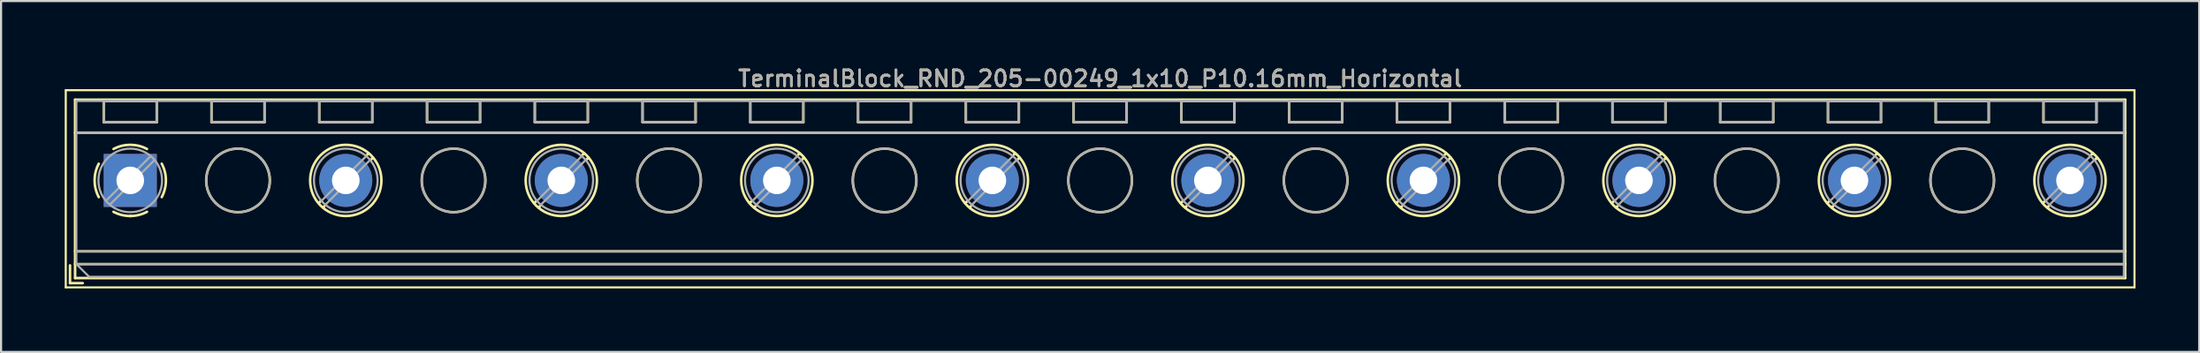
<source format=kicad_pcb>
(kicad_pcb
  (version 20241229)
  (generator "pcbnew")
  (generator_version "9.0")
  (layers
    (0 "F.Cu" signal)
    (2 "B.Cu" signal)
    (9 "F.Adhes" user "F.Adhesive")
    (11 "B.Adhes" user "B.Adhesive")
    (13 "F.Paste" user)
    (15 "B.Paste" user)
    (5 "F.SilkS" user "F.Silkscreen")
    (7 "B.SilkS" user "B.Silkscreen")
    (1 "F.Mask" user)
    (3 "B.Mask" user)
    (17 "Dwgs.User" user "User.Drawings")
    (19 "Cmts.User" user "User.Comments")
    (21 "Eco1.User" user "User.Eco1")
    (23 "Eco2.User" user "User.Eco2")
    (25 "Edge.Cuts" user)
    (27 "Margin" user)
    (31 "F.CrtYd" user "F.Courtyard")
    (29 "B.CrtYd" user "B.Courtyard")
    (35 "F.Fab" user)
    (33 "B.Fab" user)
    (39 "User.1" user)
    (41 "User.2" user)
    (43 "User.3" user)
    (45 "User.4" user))
  (footprint "TerminalBlock_RND_205-00249_1x10_P10.16mm_Horizontal"
    (layer "F.Cu")
    (at 3.09 5.468)
    (property "Reference" "TerminalBlock_RND_205-00249_1x10_P10.16mm_Horizontal" (at 45.72 -4.81 0) (layer "F.SilkS") (effects (font (size 0.75 0.75) (thickness 0.125))))
    (attr through_hole)
    (fp_line (start -3.04 -4.26) (end -3.04 5.05) (stroke (width 0.1) (type solid)) (layer "F.SilkS"))
    (fp_line (start -3.04 5.05) (end 94.48 5.05) (stroke (width 0.1) (type solid)) (layer "F.SilkS"))
    (fp_line (start -2.84 4.01) (end -2.84 4.85) (stroke (width 0.12) (type solid)) (layer "F.SilkS"))
    (fp_line (start -2.84 4.85) (end -2.24 4.85) (stroke (width 0.12) (type solid)) (layer "F.SilkS"))
    (fp_line (start -2.6 -3.811) (end -2.6 4.61) (stroke (width 0.12) (type solid)) (layer "F.SilkS"))
    (fp_line (start -2.6 -3.811) (end 94.04 -3.811) (stroke (width 0.12) (type solid)) (layer "F.SilkS"))
    (fp_line (start -2.6 -2.251) (end 94.04 -2.251) (stroke (width 0.12) (type solid)) (layer "F.SilkS"))
    (fp_line (start -2.6 3.35) (end 94.04 3.35) (stroke (width 0.12) (type solid)) (layer "F.SilkS"))
    (fp_line (start -2.6 3.95) (end 94.04 3.95) (stroke (width 0.12) (type solid)) (layer "F.SilkS"))
    (fp_line (start -2.6 4.61) (end 94.04 4.61) (stroke (width 0.12) (type solid)) (layer "F.SilkS"))
    (fp_line (start -1.25 -3.751) (end -1.25 -2.751) (stroke (width 0.12) (type solid)) (layer "F.SilkS"))
    (fp_line (start -1.25 -3.751) (end 1.25 -3.751) (stroke (width 0.12) (type solid)) (layer "F.SilkS"))
    (fp_line (start -1.25 -2.751) (end 1.25 -2.751) (stroke (width 0.12) (type solid)) (layer "F.SilkS"))
    (fp_line (start 1.25 -3.751) (end 1.25 -2.751) (stroke (width 0.12) (type solid)) (layer "F.SilkS"))
    (fp_line (start 3.83 -3.751) (end 3.83 -2.751) (stroke (width 0.12) (type solid)) (layer "F.SilkS"))
    (fp_line (start 3.83 -3.751) (end 6.33 -3.751) (stroke (width 0.12) (type solid)) (layer "F.SilkS"))
    (fp_line (start 3.83 -2.751) (end 6.33 -2.751) (stroke (width 0.12) (type solid)) (layer "F.SilkS"))
    (fp_line (start 6.33 -3.751) (end 6.33 -2.751) (stroke (width 0.12) (type solid)) (layer "F.SilkS"))
    (fp_line (start 8.91 -3.751) (end 8.91 -2.751) (stroke (width 0.12) (type solid)) (layer "F.SilkS"))
    (fp_line (start 8.91 -3.751) (end 11.41 -3.751) (stroke (width 0.12) (type solid)) (layer "F.SilkS"))
    (fp_line (start 8.91 -2.751) (end 11.41 -2.751) (stroke (width 0.12) (type solid)) (layer "F.SilkS"))
    (fp_line (start 8.98 0.976) (end 8.886 1.069) (stroke (width 0.12) (type solid)) (layer "F.SilkS"))
    (fp_line (start 9.15 1.216) (end 9.091 1.274) (stroke (width 0.12) (type solid)) (layer "F.SilkS"))
    (fp_line (start 11.23 -1.275) (end 11.171 -1.216) (stroke (width 0.12) (type solid)) (layer "F.SilkS"))
    (fp_line (start 11.41 -3.751) (end 11.41 -2.751) (stroke (width 0.12) (type solid)) (layer "F.SilkS"))
    (fp_line (start 11.435 -1.069) (end 11.341 -0.976) (stroke (width 0.12) (type solid)) (layer "F.SilkS"))
    (fp_line (start 13.99 -3.751) (end 13.99 -2.751) (stroke (width 0.12) (type solid)) (layer "F.SilkS"))
    (fp_line (start 13.99 -3.751) (end 16.49 -3.751) (stroke (width 0.12) (type solid)) (layer "F.SilkS"))
    (fp_line (start 13.99 -2.751) (end 16.49 -2.751) (stroke (width 0.12) (type solid)) (layer "F.SilkS"))
    (fp_line (start 16.49 -3.751) (end 16.49 -2.751) (stroke (width 0.12) (type solid)) (layer "F.SilkS"))
    (fp_line (start 19.07 -3.751) (end 19.07 -2.751) (stroke (width 0.12) (type solid)) (layer "F.SilkS"))
    (fp_line (start 19.07 -3.751) (end 21.57 -3.751) (stroke (width 0.12) (type solid)) (layer "F.SilkS"))
    (fp_line (start 19.07 -2.751) (end 21.57 -2.751) (stroke (width 0.12) (type solid)) (layer "F.SilkS"))
    (fp_line (start 19.14 0.976) (end 19.046 1.069) (stroke (width 0.12) (type solid)) (layer "F.SilkS"))
    (fp_line (start 19.31 1.216) (end 19.251 1.274) (stroke (width 0.12) (type solid)) (layer "F.SilkS"))
    (fp_line (start 21.39 -1.275) (end 21.331 -1.216) (stroke (width 0.12) (type solid)) (layer "F.SilkS"))
    (fp_line (start 21.57 -3.751) (end 21.57 -2.751) (stroke (width 0.12) (type solid)) (layer "F.SilkS"))
    (fp_line (start 21.595 -1.069) (end 21.501 -0.976) (stroke (width 0.12) (type solid)) (layer "F.SilkS"))
    (fp_line (start 24.15 -3.751) (end 24.15 -2.751) (stroke (width 0.12) (type solid)) (layer "F.SilkS"))
    (fp_line (start 24.15 -3.751) (end 26.65 -3.751) (stroke (width 0.12) (type solid)) (layer "F.SilkS"))
    (fp_line (start 24.15 -2.751) (end 26.65 -2.751) (stroke (width 0.12) (type solid)) (layer "F.SilkS"))
    (fp_line (start 26.65 -3.751) (end 26.65 -2.751) (stroke (width 0.12) (type solid)) (layer "F.SilkS"))
    (fp_line (start 29.23 -3.751) (end 29.23 -2.751) (stroke (width 0.12) (type solid)) (layer "F.SilkS"))
    (fp_line (start 29.23 -3.751) (end 31.73 -3.751) (stroke (width 0.12) (type solid)) (layer "F.SilkS"))
    (fp_line (start 29.23 -2.751) (end 31.73 -2.751) (stroke (width 0.12) (type solid)) (layer "F.SilkS"))
    (fp_line (start 29.3 0.976) (end 29.206 1.069) (stroke (width 0.12) (type solid)) (layer "F.SilkS"))
    (fp_line (start 29.47 1.216) (end 29.411 1.274) (stroke (width 0.12) (type solid)) (layer "F.SilkS"))
    (fp_line (start 31.55 -1.275) (end 31.491 -1.216) (stroke (width 0.12) (type solid)) (layer "F.SilkS"))
    (fp_line (start 31.73 -3.751) (end 31.73 -2.751) (stroke (width 0.12) (type solid)) (layer "F.SilkS"))
    (fp_line (start 31.755 -1.069) (end 31.661 -0.976) (stroke (width 0.12) (type solid)) (layer "F.SilkS"))
    (fp_line (start 34.31 -3.751) (end 34.31 -2.751) (stroke (width 0.12) (type solid)) (layer "F.SilkS"))
    (fp_line (start 34.31 -3.751) (end 36.81 -3.751) (stroke (width 0.12) (type solid)) (layer "F.SilkS"))
    (fp_line (start 34.31 -2.751) (end 36.81 -2.751) (stroke (width 0.12) (type solid)) (layer "F.SilkS"))
    (fp_line (start 36.81 -3.751) (end 36.81 -2.751) (stroke (width 0.12) (type solid)) (layer "F.SilkS"))
    (fp_line (start 39.39 -3.751) (end 39.39 -2.751) (stroke (width 0.12) (type solid)) (layer "F.SilkS"))
    (fp_line (start 39.39 -3.751) (end 41.89 -3.751) (stroke (width 0.12) (type solid)) (layer "F.SilkS"))
    (fp_line (start 39.39 -2.751) (end 41.89 -2.751) (stroke (width 0.12) (type solid)) (layer "F.SilkS"))
    (fp_line (start 39.46 0.976) (end 39.366 1.069) (stroke (width 0.12) (type solid)) (layer "F.SilkS"))
    (fp_line (start 39.63 1.216) (end 39.571 1.274) (stroke (width 0.12) (type solid)) (layer "F.SilkS"))
    (fp_line (start 41.71 -1.275) (end 41.651 -1.216) (stroke (width 0.12) (type solid)) (layer "F.SilkS"))
    (fp_line (start 41.89 -3.751) (end 41.89 -2.751) (stroke (width 0.12) (type solid)) (layer "F.SilkS"))
    (fp_line (start 41.915 -1.069) (end 41.821 -0.976) (stroke (width 0.12) (type solid)) (layer "F.SilkS"))
    (fp_line (start 44.47 -3.751) (end 44.47 -2.751) (stroke (width 0.12) (type solid)) (layer "F.SilkS"))
    (fp_line (start 44.47 -3.751) (end 46.97 -3.751) (stroke (width 0.12) (type solid)) (layer "F.SilkS"))
    (fp_line (start 44.47 -2.751) (end 46.97 -2.751) (stroke (width 0.12) (type solid)) (layer "F.SilkS"))
    (fp_line (start 46.97 -3.751) (end 46.97 -2.751) (stroke (width 0.12) (type solid)) (layer "F.SilkS"))
    (fp_line (start 49.55 -3.751) (end 49.55 -2.751) (stroke (width 0.12) (type solid)) (layer "F.SilkS"))
    (fp_line (start 49.55 -3.751) (end 52.05 -3.751) (stroke (width 0.12) (type solid)) (layer "F.SilkS"))
    (fp_line (start 49.55 -2.751) (end 52.05 -2.751) (stroke (width 0.12) (type solid)) (layer "F.SilkS"))
    (fp_line (start 49.62 0.976) (end 49.526 1.069) (stroke (width 0.12) (type solid)) (layer "F.SilkS"))
    (fp_line (start 49.79 1.216) (end 49.731 1.274) (stroke (width 0.12) (type solid)) (layer "F.SilkS"))
    (fp_line (start 51.87 -1.275) (end 51.811 -1.216) (stroke (width 0.12) (type solid)) (layer "F.SilkS"))
    (fp_line (start 52.05 -3.751) (end 52.05 -2.751) (stroke (width 0.12) (type solid)) (layer "F.SilkS"))
    (fp_line (start 52.075 -1.069) (end 51.981 -0.976) (stroke (width 0.12) (type solid)) (layer "F.SilkS"))
    (fp_line (start 54.63 -3.751) (end 54.63 -2.751) (stroke (width 0.12) (type solid)) (layer "F.SilkS"))
    (fp_line (start 54.63 -3.751) (end 57.13 -3.751) (stroke (width 0.12) (type solid)) (layer "F.SilkS"))
    (fp_line (start 54.63 -2.751) (end 57.13 -2.751) (stroke (width 0.12) (type solid)) (layer "F.SilkS"))
    (fp_line (start 57.13 -3.751) (end 57.13 -2.751) (stroke (width 0.12) (type solid)) (layer "F.SilkS"))
    (fp_line (start 59.71 -3.751) (end 59.71 -2.751) (stroke (width 0.12) (type solid)) (layer "F.SilkS"))
    (fp_line (start 59.71 -3.751) (end 62.21 -3.751) (stroke (width 0.12) (type solid)) (layer "F.SilkS"))
    (fp_line (start 59.71 -2.751) (end 62.21 -2.751) (stroke (width 0.12) (type solid)) (layer "F.SilkS"))
    (fp_line (start 59.78 0.976) (end 59.686 1.069) (stroke (width 0.12) (type solid)) (layer "F.SilkS"))
    (fp_line (start 59.95 1.216) (end 59.891 1.274) (stroke (width 0.12) (type solid)) (layer "F.SilkS"))
    (fp_line (start 62.03 -1.275) (end 61.971 -1.216) (stroke (width 0.12) (type solid)) (layer "F.SilkS"))
    (fp_line (start 62.21 -3.751) (end 62.21 -2.751) (stroke (width 0.12) (type solid)) (layer "F.SilkS"))
    (fp_line (start 62.235 -1.069) (end 62.141 -0.976) (stroke (width 0.12) (type solid)) (layer "F.SilkS"))
    (fp_line (start 64.791 -3.751) (end 64.791 -2.751) (stroke (width 0.12) (type solid)) (layer "F.SilkS"))
    (fp_line (start 64.791 -3.751) (end 67.29 -3.751) (stroke (width 0.12) (type solid)) (layer "F.SilkS"))
    (fp_line (start 64.791 -2.751) (end 67.29 -2.751) (stroke (width 0.12) (type solid)) (layer "F.SilkS"))
    (fp_line (start 67.29 -3.751) (end 67.29 -2.751) (stroke (width 0.12) (type solid)) (layer "F.SilkS"))
    (fp_line (start 69.87 -3.751) (end 69.87 -2.751) (stroke (width 0.12) (type solid)) (layer "F.SilkS"))
    (fp_line (start 69.87 -3.751) (end 72.37 -3.751) (stroke (width 0.12) (type solid)) (layer "F.SilkS"))
    (fp_line (start 69.87 -2.751) (end 72.37 -2.751) (stroke (width 0.12) (type solid)) (layer "F.SilkS"))
    (fp_line (start 69.94 0.976) (end 69.846 1.069) (stroke (width 0.12) (type solid)) (layer "F.SilkS"))
    (fp_line (start 70.11 1.216) (end 70.051 1.274) (stroke (width 0.12) (type solid)) (layer "F.SilkS"))
    (fp_line (start 72.19 -1.275) (end 72.131 -1.216) (stroke (width 0.12) (type solid)) (layer "F.SilkS"))
    (fp_line (start 72.37 -3.751) (end 72.37 -2.751) (stroke (width 0.12) (type solid)) (layer "F.SilkS"))
    (fp_line (start 72.395 -1.069) (end 72.301 -0.976) (stroke (width 0.12) (type solid)) (layer "F.SilkS"))
    (fp_line (start 74.95 -3.751) (end 74.95 -2.751) (stroke (width 0.12) (type solid)) (layer "F.SilkS"))
    (fp_line (start 74.95 -3.751) (end 77.45 -3.751) (stroke (width 0.12) (type solid)) (layer "F.SilkS"))
    (fp_line (start 74.95 -2.751) (end 77.45 -2.751) (stroke (width 0.12) (type solid)) (layer "F.SilkS"))
    (fp_line (start 77.45 -3.751) (end 77.45 -2.751) (stroke (width 0.12) (type solid)) (layer "F.SilkS"))
    (fp_line (start 80.03 -3.751) (end 80.03 -2.751) (stroke (width 0.12) (type solid)) (layer "F.SilkS"))
    (fp_line (start 80.03 -3.751) (end 82.53 -3.751) (stroke (width 0.12) (type solid)) (layer "F.SilkS"))
    (fp_line (start 80.03 -2.751) (end 82.53 -2.751) (stroke (width 0.12) (type solid)) (layer "F.SilkS"))
    (fp_line (start 80.1 0.976) (end 80.006 1.069) (stroke (width 0.12) (type solid)) (layer "F.SilkS"))
    (fp_line (start 80.27 1.216) (end 80.211 1.274) (stroke (width 0.12) (type solid)) (layer "F.SilkS"))
    (fp_line (start 82.35 -1.275) (end 82.291 -1.216) (stroke (width 0.12) (type solid)) (layer "F.SilkS"))
    (fp_line (start 82.53 -3.751) (end 82.53 -2.751) (stroke (width 0.12) (type solid)) (layer "F.SilkS"))
    (fp_line (start 82.555 -1.069) (end 82.461 -0.976) (stroke (width 0.12) (type solid)) (layer "F.SilkS"))
    (fp_line (start 85.11 -3.751) (end 85.11 -2.751) (stroke (width 0.12) (type solid)) (layer "F.SilkS"))
    (fp_line (start 85.11 -3.751) (end 87.61 -3.751) (stroke (width 0.12) (type solid)) (layer "F.SilkS"))
    (fp_line (start 85.11 -2.751) (end 87.61 -2.751) (stroke (width 0.12) (type solid)) (layer "F.SilkS"))
    (fp_line (start 87.61 -3.751) (end 87.61 -2.751) (stroke (width 0.12) (type solid)) (layer "F.SilkS"))
    (fp_line (start 90.19 -3.751) (end 90.19 -2.751) (stroke (width 0.12) (type solid)) (layer "F.SilkS"))
    (fp_line (start 90.19 -3.751) (end 92.69 -3.751) (stroke (width 0.12) (type solid)) (layer "F.SilkS"))
    (fp_line (start 90.19 -2.751) (end 92.69 -2.751) (stroke (width 0.12) (type solid)) (layer "F.SilkS"))
    (fp_line (start 90.26 0.976) (end 90.166 1.069) (stroke (width 0.12) (type solid)) (layer "F.SilkS"))
    (fp_line (start 90.43 1.216) (end 90.371 1.274) (stroke (width 0.12) (type solid)) (layer "F.SilkS"))
    (fp_line (start 92.51 -1.275) (end 92.451 -1.216) (stroke (width 0.12) (type solid)) (layer "F.SilkS"))
    (fp_line (start 92.69 -3.751) (end 92.69 -2.751) (stroke (width 0.12) (type solid)) (layer "F.SilkS"))
    (fp_line (start 92.715 -1.069) (end 92.621 -0.976) (stroke (width 0.12) (type solid)) (layer "F.SilkS"))
    (fp_line (start 94.04 -3.811) (end 94.04 4.61) (stroke (width 0.12) (type solid)) (layer "F.SilkS"))
    (fp_line (start 94.48 -4.26) (end -3.04 -4.26) (stroke (width 0.1) (type solid)) (layer "F.SilkS"))
    (fp_line (start 94.48 5.05) (end 94.48 -4.26) (stroke (width 0.1) (type solid)) (layer "F.SilkS"))
    (fp_arc (start -1.483953 0.789089) (mid -1.680708 0.00005) (end -1.484 -0.789) (stroke (width 0.12) (type solid)) (layer "F.SilkS"))
    (fp_arc (start -0.789089 -1.483953) (mid -0.00005 -1.680708) (end 0.789 -1.484) (stroke (width 0.12) (type solid)) (layer "F.SilkS"))
    (fp_arc (start 0.029383 1.68045) (mid -0.392304 1.634281) (end -0.789 1.484) (stroke (width 0.12) (type solid)) (layer "F.SilkS"))
    (fp_arc (start 0.788712 1.483352) (mid 0.406429 1.630097) (end 0 1.68) (stroke (width 0.12) (type solid)) (layer "F.SilkS"))
    (fp_arc (start 1.483953 -0.789089) (mid 1.680708 -0.00005) (end 1.484 0.789) (stroke (width 0.12) (type solid)) (layer "F.SilkS"))
    (fp_circle (center 5.08 0) (end 6.58 0) (stroke (width 0.12) (type solid)) (fill no) (layer "F.SilkS"))
    (fp_circle (center 10.16 0) (end 11.84 0) (stroke (width 0.12) (type solid)) (fill no) (layer "F.SilkS"))
    (fp_circle (center 15.24 0) (end 16.74 0) (stroke (width 0.12) (type solid)) (fill no) (layer "F.SilkS"))
    (fp_circle (center 20.32 0) (end 22 0) (stroke (width 0.12) (type solid)) (fill no) (layer "F.SilkS"))
    (fp_circle (center 25.4 0) (end 26.9 0) (stroke (width 0.12) (type solid)) (fill no) (layer "F.SilkS"))
    (fp_circle (center 30.48 0) (end 32.16 0) (stroke (width 0.12) (type solid)) (fill no) (layer "F.SilkS"))
    (fp_circle (center 35.56 0) (end 37.06 0) (stroke (width 0.12) (type solid)) (fill no) (layer "F.SilkS"))
    (fp_circle (center 40.64 0) (end 42.32 0) (stroke (width 0.12) (type solid)) (fill no) (layer "F.SilkS"))
    (fp_circle (center 45.72 0) (end 47.22 0) (stroke (width 0.12) (type solid)) (fill no) (layer "F.SilkS"))
    (fp_circle (center 50.8 0) (end 52.48 0) (stroke (width 0.12) (type solid)) (fill no) (layer "F.SilkS"))
    (fp_circle (center 55.88 0) (end 57.38 0) (stroke (width 0.12) (type solid)) (fill no) (layer "F.SilkS"))
    (fp_circle (center 60.96 0) (end 62.64 0) (stroke (width 0.12) (type solid)) (fill no) (layer "F.SilkS"))
    (fp_circle (center 66.04 0) (end 67.54 0) (stroke (width 0.12) (type solid)) (fill no) (layer "F.SilkS"))
    (fp_circle (center 71.12 0) (end 72.8 0) (stroke (width 0.12) (type solid)) (fill no) (layer "F.SilkS"))
    (fp_circle (center 76.2 0) (end 77.7 0) (stroke (width 0.12) (type solid)) (fill no) (layer "F.SilkS"))
    (fp_circle (center 81.28 0) (end 82.96 0) (stroke (width 0.12) (type solid)) (fill no) (layer "F.SilkS"))
    (fp_circle (center 86.36 0) (end 87.86 0) (stroke (width 0.12) (type solid)) (fill no) (layer "F.SilkS"))
    (fp_circle (center 91.44 0) (end 93.12 0) (stroke (width 0.12) (type solid)) (fill no) (layer "F.SilkS"))
    (fp_line (start -2.54 -3.75) (end 93.98 -3.75) (stroke (width 0.1) (type solid)) (layer "F.Fab"))
    (fp_line (start -2.54 -2.25) (end 93.98 -2.25) (stroke (width 0.1) (type solid)) (layer "F.Fab"))
    (fp_line (start -2.54 3.35) (end 93.98 3.35) (stroke (width 0.1) (type solid)) (layer "F.Fab"))
    (fp_line (start -2.54 3.95) (end -2.54 -3.75) (stroke (width 0.1) (type solid)) (layer "F.Fab"))
    (fp_line (start -2.54 3.95) (end 93.98 3.95) (stroke (width 0.1) (type solid)) (layer "F.Fab"))
    (fp_line (start -1.94 4.55) (end -2.54 3.95) (stroke (width 0.1) (type solid)) (layer "F.Fab"))
    (fp_line (start -1.25 -3.75) (end -1.25 -2.75) (stroke (width 0.1) (type solid)) (layer "F.Fab"))
    (fp_line (start -1.25 -2.75) (end 1.25 -2.75) (stroke (width 0.1) (type solid)) (layer "F.Fab"))
    (fp_line (start 0.955 -1.138) (end -1.138 0.955) (stroke (width 0.1) (type solid)) (layer "F.Fab"))
    (fp_line (start 1.138 -0.955) (end -0.955 1.138) (stroke (width 0.1) (type solid)) (layer "F.Fab"))
    (fp_line (start 1.25 -3.75) (end -1.25 -3.75) (stroke (width 0.1) (type solid)) (layer "F.Fab"))
    (fp_line (start 1.25 -2.75) (end 1.25 -3.75) (stroke (width 0.1) (type solid)) (layer "F.Fab"))
    (fp_line (start 3.83 -3.75) (end 3.83 -2.75) (stroke (width 0.1) (type solid)) (layer "F.Fab"))
    (fp_line (start 3.83 -2.75) (end 6.33 -2.75) (stroke (width 0.1) (type solid)) (layer "F.Fab"))
    (fp_line (start 6.33 -3.75) (end 3.83 -3.75) (stroke (width 0.1) (type solid)) (layer "F.Fab"))
    (fp_line (start 6.33 -2.75) (end 6.33 -3.75) (stroke (width 0.1) (type solid)) (layer "F.Fab"))
    (fp_line (start 8.91 -3.75) (end 8.91 -2.75) (stroke (width 0.1) (type solid)) (layer "F.Fab"))
    (fp_line (start 8.91 -2.75) (end 11.41 -2.75) (stroke (width 0.1) (type solid)) (layer "F.Fab"))
    (fp_line (start 11.115 -1.138) (end 9.023 0.955) (stroke (width 0.1) (type solid)) (layer "F.Fab"))
    (fp_line (start 11.298 -0.955) (end 9.206 1.138) (stroke (width 0.1) (type solid)) (layer "F.Fab"))
    (fp_line (start 11.41 -3.75) (end 8.91 -3.75) (stroke (width 0.1) (type solid)) (layer "F.Fab"))
    (fp_line (start 11.41 -2.75) (end 11.41 -3.75) (stroke (width 0.1) (type solid)) (layer "F.Fab"))
    (fp_line (start 13.99 -3.75) (end 13.99 -2.75) (stroke (width 0.1) (type solid)) (layer "F.Fab"))
    (fp_line (start 13.99 -2.75) (end 16.49 -2.75) (stroke (width 0.1) (type solid)) (layer "F.Fab"))
    (fp_line (start 16.49 -3.75) (end 13.99 -3.75) (stroke (width 0.1) (type solid)) (layer "F.Fab"))
    (fp_line (start 16.49 -2.75) (end 16.49 -3.75) (stroke (width 0.1) (type solid)) (layer "F.Fab"))
    (fp_line (start 19.07 -3.75) (end 19.07 -2.75) (stroke (width 0.1) (type solid)) (layer "F.Fab"))
    (fp_line (start 19.07 -2.75) (end 21.57 -2.75) (stroke (width 0.1) (type solid)) (layer "F.Fab"))
    (fp_line (start 21.275 -1.138) (end 19.183 0.955) (stroke (width 0.1) (type solid)) (layer "F.Fab"))
    (fp_line (start 21.458 -0.955) (end 19.366 1.138) (stroke (width 0.1) (type solid)) (layer "F.Fab"))
    (fp_line (start 21.57 -3.75) (end 19.07 -3.75) (stroke (width 0.1) (type solid)) (layer "F.Fab"))
    (fp_line (start 21.57 -2.75) (end 21.57 -3.75) (stroke (width 0.1) (type solid)) (layer "F.Fab"))
    (fp_line (start 24.15 -3.75) (end 24.15 -2.75) (stroke (width 0.1) (type solid)) (layer "F.Fab"))
    (fp_line (start 24.15 -2.75) (end 26.65 -2.75) (stroke (width 0.1) (type solid)) (layer "F.Fab"))
    (fp_line (start 26.65 -3.75) (end 24.15 -3.75) (stroke (width 0.1) (type solid)) (layer "F.Fab"))
    (fp_line (start 26.65 -2.75) (end 26.65 -3.75) (stroke (width 0.1) (type solid)) (layer "F.Fab"))
    (fp_line (start 29.23 -3.75) (end 29.23 -2.75) (stroke (width 0.1) (type solid)) (layer "F.Fab"))
    (fp_line (start 29.23 -2.75) (end 31.73 -2.75) (stroke (width 0.1) (type solid)) (layer "F.Fab"))
    (fp_line (start 31.435 -1.138) (end 29.343 0.955) (stroke (width 0.1) (type solid)) (layer "F.Fab"))
    (fp_line (start 31.618 -0.955) (end 29.526 1.138) (stroke (width 0.1) (type solid)) (layer "F.Fab"))
    (fp_line (start 31.73 -3.75) (end 29.23 -3.75) (stroke (width 0.1) (type solid)) (layer "F.Fab"))
    (fp_line (start 31.73 -2.75) (end 31.73 -3.75) (stroke (width 0.1) (type solid)) (layer "F.Fab"))
    (fp_line (start 34.31 -3.75) (end 34.31 -2.75) (stroke (width 0.1) (type solid)) (layer "F.Fab"))
    (fp_line (start 34.31 -2.75) (end 36.81 -2.75) (stroke (width 0.1) (type solid)) (layer "F.Fab"))
    (fp_line (start 36.81 -3.75) (end 34.31 -3.75) (stroke (width 0.1) (type solid)) (layer "F.Fab"))
    (fp_line (start 36.81 -2.75) (end 36.81 -3.75) (stroke (width 0.1) (type solid)) (layer "F.Fab"))
    (fp_line (start 39.39 -3.75) (end 39.39 -2.75) (stroke (width 0.1) (type solid)) (layer "F.Fab"))
    (fp_line (start 39.39 -2.75) (end 41.89 -2.75) (stroke (width 0.1) (type solid)) (layer "F.Fab"))
    (fp_line (start 41.595 -1.138) (end 39.503 0.955) (stroke (width 0.1) (type solid)) (layer "F.Fab"))
    (fp_line (start 41.778 -0.955) (end 39.686 1.138) (stroke (width 0.1) (type solid)) (layer "F.Fab"))
    (fp_line (start 41.89 -3.75) (end 39.39 -3.75) (stroke (width 0.1) (type solid)) (layer "F.Fab"))
    (fp_line (start 41.89 -2.75) (end 41.89 -3.75) (stroke (width 0.1) (type solid)) (layer "F.Fab"))
    (fp_line (start 44.47 -3.75) (end 44.47 -2.75) (stroke (width 0.1) (type solid)) (layer "F.Fab"))
    (fp_line (start 44.47 -2.75) (end 46.97 -2.75) (stroke (width 0.1) (type solid)) (layer "F.Fab"))
    (fp_line (start 46.97 -3.75) (end 44.47 -3.75) (stroke (width 0.1) (type solid)) (layer "F.Fab"))
    (fp_line (start 46.97 -2.75) (end 46.97 -3.75) (stroke (width 0.1) (type solid)) (layer "F.Fab"))
    (fp_line (start 49.55 -3.75) (end 49.55 -2.75) (stroke (width 0.1) (type solid)) (layer "F.Fab"))
    (fp_line (start 49.55 -2.75) (end 52.05 -2.75) (stroke (width 0.1) (type solid)) (layer "F.Fab"))
    (fp_line (start 51.755 -1.138) (end 49.663 0.955) (stroke (width 0.1) (type solid)) (layer "F.Fab"))
    (fp_line (start 51.938 -0.955) (end 49.846 1.138) (stroke (width 0.1) (type solid)) (layer "F.Fab"))
    (fp_line (start 52.05 -3.75) (end 49.55 -3.75) (stroke (width 0.1) (type solid)) (layer "F.Fab"))
    (fp_line (start 52.05 -2.75) (end 52.05 -3.75) (stroke (width 0.1) (type solid)) (layer "F.Fab"))
    (fp_line (start 54.63 -3.75) (end 54.63 -2.75) (stroke (width 0.1) (type solid)) (layer "F.Fab"))
    (fp_line (start 54.63 -2.75) (end 57.13 -2.75) (stroke (width 0.1) (type solid)) (layer "F.Fab"))
    (fp_line (start 57.13 -3.75) (end 54.63 -3.75) (stroke (width 0.1) (type solid)) (layer "F.Fab"))
    (fp_line (start 57.13 -2.75) (end 57.13 -3.75) (stroke (width 0.1) (type solid)) (layer "F.Fab"))
    (fp_line (start 59.71 -3.75) (end 59.71 -2.75) (stroke (width 0.1) (type solid)) (layer "F.Fab"))
    (fp_line (start 59.71 -2.75) (end 62.21 -2.75) (stroke (width 0.1) (type solid)) (layer "F.Fab"))
    (fp_line (start 61.915 -1.138) (end 59.823 0.955) (stroke (width 0.1) (type solid)) (layer "F.Fab"))
    (fp_line (start 62.098 -0.955) (end 60.006 1.138) (stroke (width 0.1) (type solid)) (layer "F.Fab"))
    (fp_line (start 62.21 -3.75) (end 59.71 -3.75) (stroke (width 0.1) (type solid)) (layer "F.Fab"))
    (fp_line (start 62.21 -2.75) (end 62.21 -3.75) (stroke (width 0.1) (type solid)) (layer "F.Fab"))
    (fp_line (start 64.79 -3.75) (end 64.79 -2.75) (stroke (width 0.1) (type solid)) (layer "F.Fab"))
    (fp_line (start 64.79 -2.75) (end 67.29 -2.75) (stroke (width 0.1) (type solid)) (layer "F.Fab"))
    (fp_line (start 67.29 -3.75) (end 64.79 -3.75) (stroke (width 0.1) (type solid)) (layer "F.Fab"))
    (fp_line (start 67.29 -2.75) (end 67.29 -3.75) (stroke (width 0.1) (type solid)) (layer "F.Fab"))
    (fp_line (start 69.87 -3.75) (end 69.87 -2.75) (stroke (width 0.1) (type solid)) (layer "F.Fab"))
    (fp_line (start 69.87 -2.75) (end 72.37 -2.75) (stroke (width 0.1) (type solid)) (layer "F.Fab"))
    (fp_line (start 72.075 -1.138) (end 69.983 0.955) (stroke (width 0.1) (type solid)) (layer "F.Fab"))
    (fp_line (start 72.258 -0.955) (end 70.166 1.138) (stroke (width 0.1) (type solid)) (layer "F.Fab"))
    (fp_line (start 72.37 -3.75) (end 69.87 -3.75) (stroke (width 0.1) (type solid)) (layer "F.Fab"))
    (fp_line (start 72.37 -2.75) (end 72.37 -3.75) (stroke (width 0.1) (type solid)) (layer "F.Fab"))
    (fp_line (start 74.95 -3.75) (end 74.95 -2.75) (stroke (width 0.1) (type solid)) (layer "F.Fab"))
    (fp_line (start 74.95 -2.75) (end 77.45 -2.75) (stroke (width 0.1) (type solid)) (layer "F.Fab"))
    (fp_line (start 77.45 -3.75) (end 74.95 -3.75) (stroke (width 0.1) (type solid)) (layer "F.Fab"))
    (fp_line (start 77.45 -2.75) (end 77.45 -3.75) (stroke (width 0.1) (type solid)) (layer "F.Fab"))
    (fp_line (start 80.03 -3.75) (end 80.03 -2.75) (stroke (width 0.1) (type solid)) (layer "F.Fab"))
    (fp_line (start 80.03 -2.75) (end 82.53 -2.75) (stroke (width 0.1) (type solid)) (layer "F.Fab"))
    (fp_line (start 82.235 -1.138) (end 80.143 0.955) (stroke (width 0.1) (type solid)) (layer "F.Fab"))
    (fp_line (start 82.418 -0.955) (end 80.326 1.138) (stroke (width 0.1) (type solid)) (layer "F.Fab"))
    (fp_line (start 82.53 -3.75) (end 80.03 -3.75) (stroke (width 0.1) (type solid)) (layer "F.Fab"))
    (fp_line (start 82.53 -2.75) (end 82.53 -3.75) (stroke (width 0.1) (type solid)) (layer "F.Fab"))
    (fp_line (start 85.11 -3.75) (end 85.11 -2.75) (stroke (width 0.1) (type solid)) (layer "F.Fab"))
    (fp_line (start 85.11 -2.75) (end 87.61 -2.75) (stroke (width 0.1) (type solid)) (layer "F.Fab"))
    (fp_line (start 87.61 -3.75) (end 85.11 -3.75) (stroke (width 0.1) (type solid)) (layer "F.Fab"))
    (fp_line (start 87.61 -2.75) (end 87.61 -3.75) (stroke (width 0.1) (type solid)) (layer "F.Fab"))
    (fp_line (start 90.19 -3.75) (end 90.19 -2.75) (stroke (width 0.1) (type solid)) (layer "F.Fab"))
    (fp_line (start 90.19 -2.75) (end 92.69 -2.75) (stroke (width 0.1) (type solid)) (layer "F.Fab"))
    (fp_line (start 92.395 -1.138) (end 90.303 0.955) (stroke (width 0.1) (type solid)) (layer "F.Fab"))
    (fp_line (start 92.578 -0.955) (end 90.486 1.138) (stroke (width 0.1) (type solid)) (layer "F.Fab"))
    (fp_line (start 92.69 -3.75) (end 90.19 -3.75) (stroke (width 0.1) (type solid)) (layer "F.Fab"))
    (fp_line (start 92.69 -2.75) (end 92.69 -3.75) (stroke (width 0.1) (type solid)) (layer "F.Fab"))
    (fp_line (start 93.98 -3.75) (end 93.98 4.55) (stroke (width 0.1) (type solid)) (layer "F.Fab"))
    (fp_line (start 93.98 4.55) (end -1.94 4.55) (stroke (width 0.1) (type solid)) (layer "F.Fab"))
    (fp_circle (center 0 0) (end 1.5 0) (stroke (width 0.1) (type solid)) (fill no) (layer "F.Fab"))
    (fp_circle (center 5.08 0) (end 6.58 0) (stroke (width 0.1) (type solid)) (fill no) (layer "F.Fab"))
    (fp_circle (center 10.16 0) (end 11.66 0) (stroke (width 0.1) (type solid)) (fill no) (layer "F.Fab"))
    (fp_circle (center 15.24 0) (end 16.74 0) (stroke (width 0.1) (type solid)) (fill no) (layer "F.Fab"))
    (fp_circle (center 20.32 0) (end 21.82 0) (stroke (width 0.1) (type solid)) (fill no) (layer "F.Fab"))
    (fp_circle (center 25.4 0) (end 26.9 0) (stroke (width 0.1) (type solid)) (fill no) (layer "F.Fab"))
    (fp_circle (center 30.48 0) (end 31.98 0) (stroke (width 0.1) (type solid)) (fill no) (layer "F.Fab"))
    (fp_circle (center 35.56 0) (end 37.06 0) (stroke (width 0.1) (type solid)) (fill no) (layer "F.Fab"))
    (fp_circle (center 40.64 0) (end 42.14 0) (stroke (width 0.1) (type solid)) (fill no) (layer "F.Fab"))
    (fp_circle (center 45.72 0) (end 47.22 0) (stroke (width 0.1) (type solid)) (fill no) (layer "F.Fab"))
    (fp_circle (center 50.8 0) (end 52.3 0) (stroke (width 0.1) (type solid)) (fill no) (layer "F.Fab"))
    (fp_circle (center 55.88 0) (end 57.38 0) (stroke (width 0.1) (type solid)) (fill no) (layer "F.Fab"))
    (fp_circle (center 60.96 0) (end 62.46 0) (stroke (width 0.1) (type solid)) (fill no) (layer "F.Fab"))
    (fp_circle (center 66.04 0) (end 67.54 0) (stroke (width 0.1) (type solid)) (fill no) (layer "F.Fab"))
    (fp_circle (center 71.12 0) (end 72.62 0) (stroke (width 0.1) (type solid)) (fill no) (layer "F.Fab"))
    (fp_circle (center 76.2 0) (end 77.7 0) (stroke (width 0.1) (type solid)) (fill no) (layer "F.Fab"))
    (fp_circle (center 81.28 0) (end 82.78 0) (stroke (width 0.1) (type solid)) (fill no) (layer "F.Fab"))
    (fp_circle (center 86.36 0) (end 87.86 0) (stroke (width 0.1) (type solid)) (fill no) (layer "F.Fab"))
    (fp_circle (center 91.44 0) (end 92.94 0) (stroke (width 0.1) (type solid)) (fill no) (layer "F.Fab"))
    (fp_text user "${REFERENCE}" (at 45.72 -4.81 0) (layer "F.Fab") (effects (font (size 0.75 0.75) (thickness 0.125))))
    (pad "1" thru_hole rect (at 0 0) (size 2.5 2.5) (drill 1.3) (layers "*.Cu" "*.Mask"))
    (pad "2" thru_hole circle (at 10.16 0) (size 2.5 2.5) (drill 1.3) (layers "*.Cu" "*.Mask"))
    (pad "3" thru_hole circle (at 20.32 0) (size 2.5 2.5) (drill 1.3) (layers "*.Cu" "*.Mask"))
    (pad "4" thru_hole circle (at 30.48 0) (size 2.5 2.5) (drill 1.3) (layers "*.Cu" "*.Mask"))
    (pad "5" thru_hole circle (at 40.64 0) (size 2.5 2.5) (drill 1.3) (layers "*.Cu" "*.Mask"))
    (pad "6" thru_hole circle (at 50.8 0) (size 2.5 2.5) (drill 1.3) (layers "*.Cu" "*.Mask"))
    (pad "7" thru_hole circle (at 60.96 0) (size 2.5 2.5) (drill 1.3) (layers "*.Cu" "*.Mask"))
    (pad "8" thru_hole circle (at 71.12 0) (size 2.5 2.5) (drill 1.3) (layers "*.Cu" "*.Mask"))
    (pad "9" thru_hole circle (at 81.28 0) (size 2.5 2.5) (drill 1.3) (layers "*.Cu" "*.Mask"))
    (pad "10" thru_hole circle (at 91.44 0) (size 2.5 2.5) (drill 1.3) (layers "*.Cu" "*.Mask")))
  (gr_rect
    (start -3 -3)
    (end 100.62 13.568)
    (stroke (width 0.1) (type default))
    (fill no)
    (layer "Edge.Cuts")))
</source>
